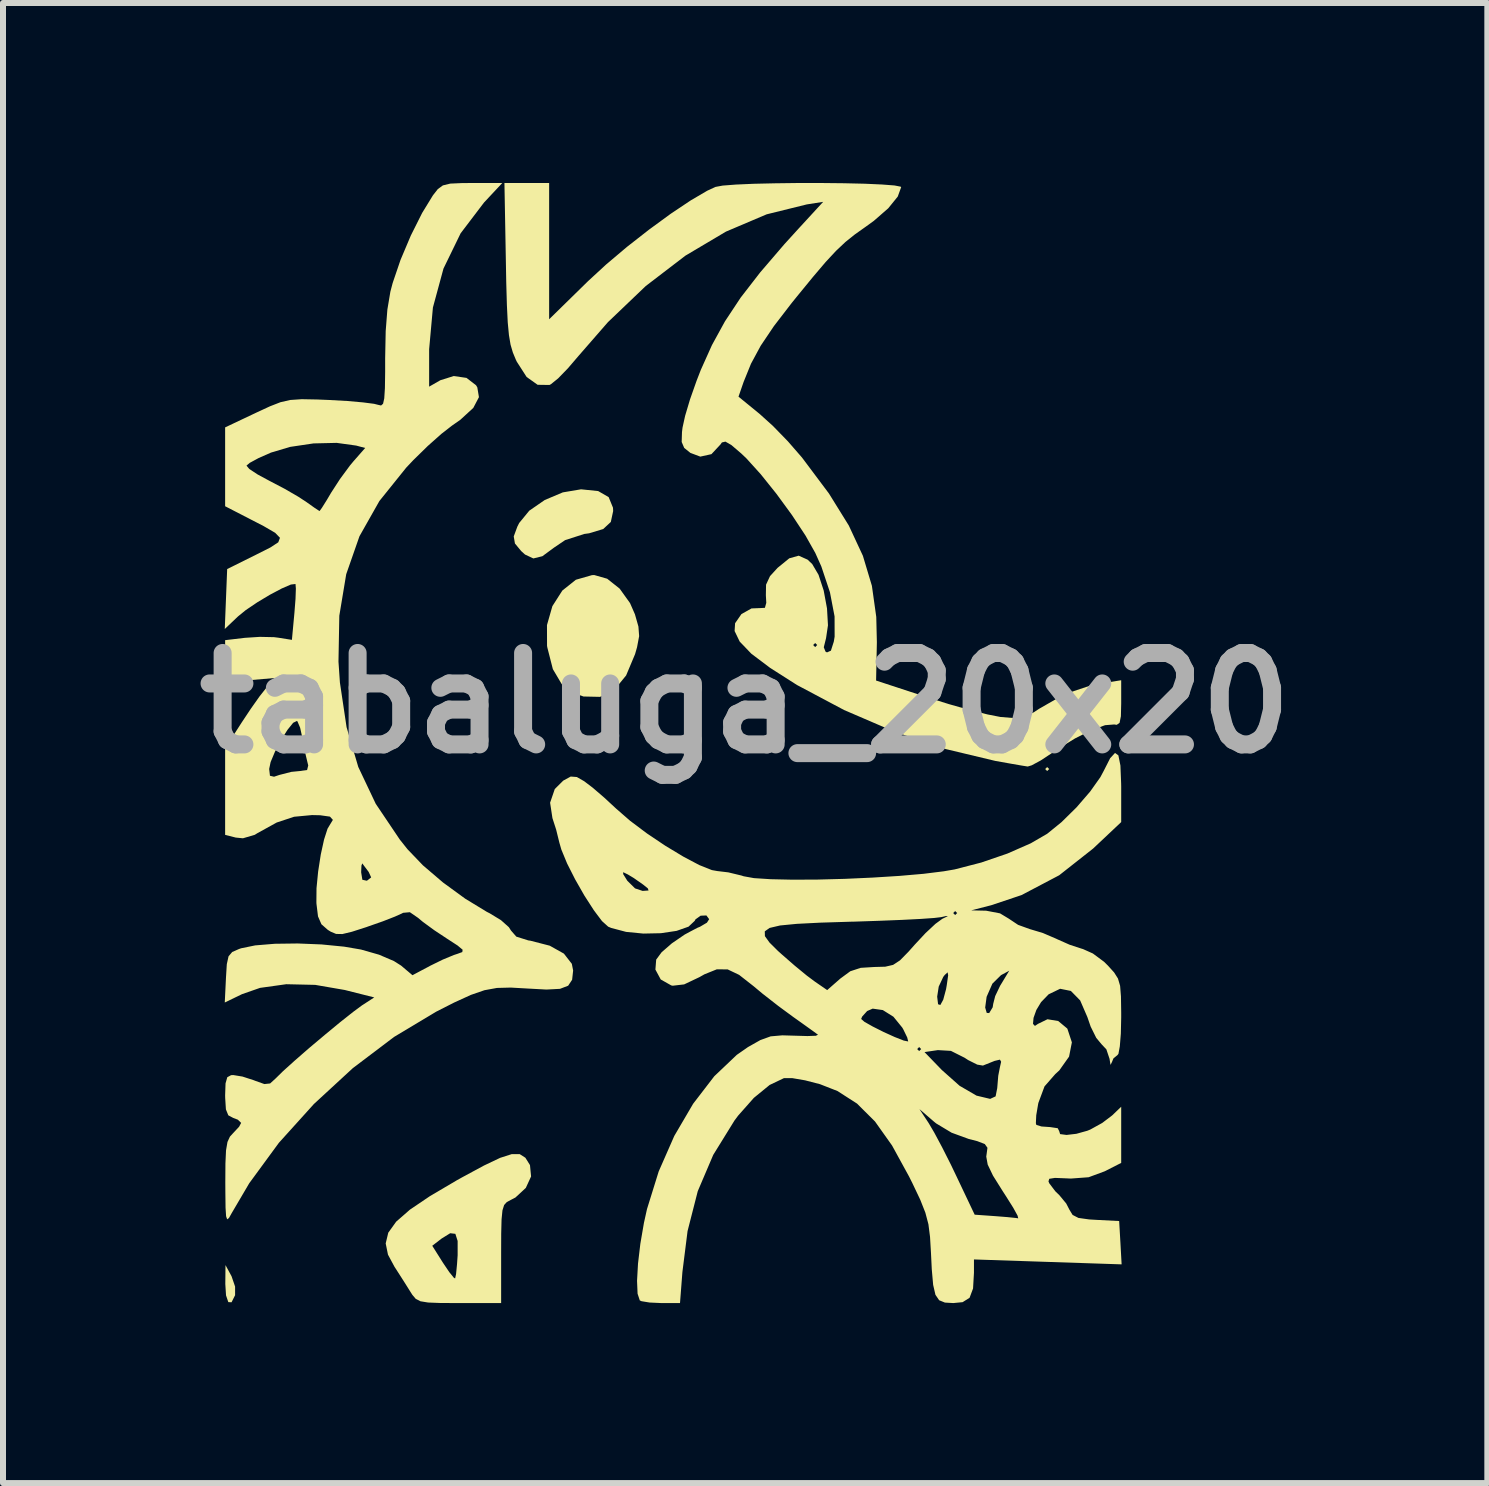
<source format=kicad_pcb>
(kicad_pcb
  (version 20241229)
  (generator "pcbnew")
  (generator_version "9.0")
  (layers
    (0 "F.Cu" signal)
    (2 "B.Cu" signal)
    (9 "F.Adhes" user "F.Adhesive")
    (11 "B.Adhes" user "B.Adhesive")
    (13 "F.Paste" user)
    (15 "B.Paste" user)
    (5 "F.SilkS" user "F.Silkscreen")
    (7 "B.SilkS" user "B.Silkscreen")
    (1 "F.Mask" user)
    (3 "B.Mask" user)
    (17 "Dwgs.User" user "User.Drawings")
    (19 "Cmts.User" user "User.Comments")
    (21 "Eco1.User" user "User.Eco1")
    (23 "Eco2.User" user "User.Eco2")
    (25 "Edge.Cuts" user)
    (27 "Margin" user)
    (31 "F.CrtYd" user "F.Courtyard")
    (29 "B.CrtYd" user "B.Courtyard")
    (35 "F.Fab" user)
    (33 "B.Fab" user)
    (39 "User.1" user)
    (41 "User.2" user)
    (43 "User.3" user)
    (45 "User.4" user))
  (footprint "tabaluga_20x20"
    (layer "F.Cu")
    (at 9.369 8.667)
    (property "Reference" "tabaluga_20x20" (at 0 0 0) (layer "F.Fab") (effects (font (size 1.524 1.524) (thickness 0.3))))
    (attr board_only exclude_from_pos_files exclude_from_bom)
    (fp_poly (pts (xy 5.067 1.1) (xy 5.033 1.133) (xy 5 1.1) (xy 5.033 1.067)) (stroke (width 0) (type solid)) (fill yes) (layer "F.SilkS"))
    (fp_poly (pts (xy -8.56 9.553) (xy -8.501 9.725) (xy -8.501 9.869) (xy -8.56 9.987) (xy -8.614 9.984) (xy -8.652 9.872) (xy -8.664 9.683) (xy -8.661 9.367)) (stroke (width 0) (type solid)) (fill yes) (layer "F.SilkS"))
    (fp_poly (pts (xy -2.45 -3.533) (xy -2.275 -3.432) (xy -2.203 -3.256) (xy -2.2 -3.2) (xy -2.239 -3.018) (xy -2.366 -2.9) (xy -2.601 -2.829) (xy -2.681 -2.818) (xy -3.001 -2.715) (xy -3.186 -2.59) (xy -3.38 -2.447) (xy -3.53 -2.41) (xy -3.669 -2.475) (xy -3.733 -2.533) (xy -3.837 -2.659) (xy -3.857 -2.777) (xy -3.797 -2.94) (xy -3.766 -3.001) (xy -3.598 -3.206) (xy -3.34 -3.384) (xy -3.039 -3.511) (xy -2.736 -3.562) (xy -2.734 -3.562)) (stroke (width 0) (type solid)) (fill yes) (layer "F.SilkS"))
    (fp_poly (pts (xy -2.3 -2.072) (xy -2.092 -1.907) (xy -1.919 -1.666) (xy -1.837 -1.479) (xy -1.779 -1.275) (xy -1.767 -1.115) (xy -1.802 -0.93) (xy -1.835 -0.815) (xy -1.984 -0.46) (xy -2.18 -0.221) (xy -2.419 -0.103) (xy -2.694 -0.109) (xy -2.846 -0.162) (xy -3.057 -0.315) (xy -3.205 -0.565) (xy -3.297 -0.925) (xy -3.302 -0.954) (xy -3.303 -1.3) (xy -3.213 -1.615) (xy -3.047 -1.875) (xy -2.821 -2.055) (xy -2.552 -2.132) (xy -2.514 -2.133)) (stroke (width 0) (type solid)) (fill yes) (layer "F.SilkS"))
    (fp_poly (pts (xy -3.757 7.518) (xy -3.663 7.578) (xy -3.591 7.693) (xy -3.586 7.703) (xy -3.568 7.89) (xy -3.656 8.081) (xy -3.829 8.241) (xy -3.904 8.28) (xy -3.972 8.316) (xy -4.017 8.366) (xy -4.045 8.455) (xy -4.06 8.606) (xy -4.066 8.842) (xy -4.067 9.177) (xy -4.067 10) (xy -4.765 10) (xy -5.077 9.999) (xy -5.284 9.991) (xy -5.412 9.97) (xy -5.49 9.93) (xy -5.546 9.864) (xy -5.576 9.817) (xy -5.689 9.637) (xy -5.821 9.431) (xy -5.844 9.396) (xy -5.953 9.193) (xy -5.983 9.045) (xy -5.215 9.045) (xy -5.036 9.329) (xy -4.93 9.486) (xy -4.855 9.578) (xy -4.834 9.59) (xy -4.818 9.516) (xy -4.802 9.35) (xy -4.792 9.204) (xy -4.792 8.965) (xy -4.83 8.846) (xy -4.916 8.836) (xy -5.058 8.924) (xy -5.215 9.045) (xy -5.983 9.045) (xy -5.991 9.006) (xy -5.948 8.827) (xy -5.816 8.643) (xy -5.587 8.443) (xy -5.254 8.218) (xy -4.806 7.954) (xy -4.716 7.904) (xy -4.353 7.708) (xy -4.084 7.58) (xy -3.891 7.518)) (stroke (width 0) (type solid)) (fill yes) (layer "F.SilkS"))
    (fp_poly (pts (xy 1.65 -8.663) (xy 1.995 -8.655) (xy 2.282 -8.642) (xy 2.489 -8.626) (xy 2.592 -8.606) (xy 2.6 -8.598) (xy 2.543 -8.441) (xy 2.385 -8.246) (xy 2.143 -8.035) (xy 2.006 -7.936) (xy 1.828 -7.81) (xy 1.671 -7.684) (xy 1.515 -7.537) (xy 1.342 -7.351) (xy 1.132 -7.104) (xy 0.865 -6.778) (xy 0.776 -6.668) (xy 0.479 -6.282) (xy 0.259 -5.955) (xy 0.097 -5.655) (xy -0.027 -5.349) (xy -0.03 -5.34) (xy -0.111 -5.106) (xy 0.244 -4.816) (xy 0.464 -4.617) (xy 0.712 -4.362) (xy 0.939 -4.101) (xy 0.962 -4.072) (xy 1.397 -3.491) (xy 1.727 -2.959) (xy 1.962 -2.454) (xy 2.112 -1.954) (xy 2.185 -1.435) (xy 2.195 -1.015) (xy 2.182 -0.375) (xy 3.041 -0.093) (xy 3.396 0.018) (xy 3.741 0.116) (xy 4.04 0.19) (xy 4.254 0.232) (xy 4.267 0.233) (xy 4.495 0.252) (xy 4.656 0.23) (xy 4.81 0.154) (xy 4.9 0.095) (xy 5.324 -0.148) (xy 5.757 -0.293) (xy 5.945 -0.329) (xy 6.267 -0.38) (xy 6.267 0.004) (xy 6.262 0.22) (xy 6.24 0.33) (xy 6.193 0.363) (xy 6.15 0.357) (xy 5.999 0.369) (xy 5.772 0.451) (xy 5.497 0.59) (xy 5.201 0.772) (xy 5.109 0.836) (xy 4.924 0.958) (xy 4.775 1.038) (xy 4.709 1.058) (xy 4.609 1.042) (xy 4.419 1.009) (xy 4.178 0.966) (xy 4.167 0.964) (xy 3.343 0.767) (xy 2.489 0.478) (xy 1.648 0.116) (xy 0.863 -0.301) (xy 0.416 -0.586) (xy 0.103 -0.822) (xy -0.036 -0.967) (xy 1.133 -0.967) (xy 1.167 -0.933) (xy 1.2 -0.967) (xy 1.167 -1) (xy 1.133 -0.967) (xy -0.036 -0.967) (xy -0.091 -1.024) (xy -0.176 -1.2) (xy -0.168 -1.33) (xy -0.062 -1.483) (xy 0.106 -1.577) (xy 0.258 -1.583) (xy 0.329 -1.587) (xy 0.352 -1.67) (xy 0.345 -1.797) (xy 0.348 -1.973) (xy 0.414 -2.115) (xy 0.54 -2.253) (xy 0.735 -2.412) (xy 0.892 -2.456) (xy 1.04 -2.39) (xy 1.117 -2.317) (xy 1.223 -2.137) (xy 1.309 -1.874) (xy 1.364 -1.577) (xy 1.38 -1.296) (xy 1.348 -1.081) (xy 1.31 -0.929) (xy 1.34 -0.856) (xy 1.364 -0.844) (xy 1.429 -0.873) (xy 1.477 -1.023) (xy 1.491 -1.106) (xy 1.49 -1.444) (xy 1.413 -1.846) (xy 1.27 -2.275) (xy 1.169 -2.501) (xy 1.005 -2.792) (xy 0.78 -3.133) (xy 0.522 -3.486) (xy 0.259 -3.814) (xy 0.02 -4.078) (xy -0.064 -4.158) (xy -0.23 -4.3) (xy -0.329 -4.357) (xy -0.388 -4.343) (xy -0.412 -4.309) (xy -0.562 -4.148) (xy -0.748 -4.107) (xy -0.913 -4.169) (xy -1.016 -4.252) (xy -1.058 -4.351) (xy -1.053 -4.516) (xy -1.044 -4.59) (xy -1.001 -4.786) (xy -0.919 -5.061) (xy -0.81 -5.37) (xy -0.739 -5.553) (xy -0.553 -5.967) (xy -0.337 -6.361) (xy -0.075 -6.757) (xy 0.251 -7.178) (xy 0.655 -7.649) (xy 0.9 -7.918) (xy 1.3 -8.353) (xy 1.026 -8.31) (xy 0.358 -8.145) (xy -0.32 -7.857) (xy -0.996 -7.456) (xy -1.657 -6.95) (xy -2.287 -6.348) (xy -2.775 -5.788) (xy -2.954 -5.579) (xy -3.117 -5.411) (xy -3.238 -5.313) (xy -3.263 -5.301) (xy -3.459 -5.304) (xy -3.642 -5.434) (xy -3.806 -5.689) (xy -3.822 -5.722) (xy -3.872 -5.843) (xy -3.91 -5.973) (xy -3.937 -6.133) (xy -3.957 -6.345) (xy -3.971 -6.631) (xy -3.982 -7.013) (xy -3.988 -7.35) (xy -4.012 -8.667) (xy -3.267 -8.667) (xy -3.267 -6.396) (xy -2.617 -7.033) (xy -2.315 -7.311) (xy -1.969 -7.603) (xy -1.602 -7.89) (xy -1.241 -8.154) (xy -0.909 -8.376) (xy -0.633 -8.538) (xy -0.494 -8.602) (xy -0.375 -8.624) (xy -0.155 -8.641) (xy 0.141 -8.654) (xy 0.493 -8.662) (xy 0.876 -8.667) (xy 1.27 -8.667)) (stroke (width 0) (type solid)) (fill yes) (layer "F.SilkS"))
    (fp_poly (pts (xy -4.352 -8.342) (xy -4.742 -7.829) (xy -5.028 -7.241) (xy -5.204 -6.592) (xy -5.267 -5.896) (xy -5.267 -5.876) (xy -5.267 -5.273) (xy -5.08 -5.38) (xy -4.857 -5.45) (xy -4.644 -5.419) (xy -4.485 -5.296) (xy -4.464 -5.261) (xy -4.437 -5.098) (xy -4.531 -4.919) (xy -4.748 -4.72) (xy -4.887 -4.623) (xy -5.063 -4.486) (xy -5.291 -4.283) (xy -5.532 -4.047) (xy -5.649 -3.923) (xy -6.096 -3.367) (xy -6.428 -2.78) (xy -6.649 -2.147) (xy -6.764 -1.455) (xy -6.778 -0.691) (xy -6.754 -0.342) (xy -6.643 0.402) (xy -6.448 1.065) (xy -6.157 1.679) (xy -5.756 2.275) (xy -5.628 2.436) (xy -5.37 2.705) (xy -5.034 2.992) (xy -4.665 3.261) (xy -4.307 3.479) (xy -4.256 3.505) (xy -4.069 3.619) (xy -3.938 3.736) (xy -3.903 3.791) (xy -3.814 3.893) (xy -3.614 3.956) (xy -3.579 3.961) (xy -3.257 4.044) (xy -3.021 4.176) (xy -2.889 4.346) (xy -2.867 4.458) (xy -2.884 4.612) (xy -2.95 4.711) (xy -3.086 4.763) (xy -3.312 4.775) (xy -3.625 4.758) (xy -3.907 4.742) (xy -4.136 4.748) (xy -4.345 4.786) (xy -4.571 4.864) (xy -4.849 4.991) (xy -5.15 5.144) (xy -5.852 5.565) (xy -6.539 6.085) (xy -7.187 6.682) (xy -7.771 7.329) (xy -8.265 8.003) (xy -8.557 8.5) (xy -8.603 8.582) (xy -8.633 8.605) (xy -8.651 8.553) (xy -8.66 8.409) (xy -8.663 8.155) (xy -8.664 7.994) (xy -8.662 7.672) (xy -8.652 7.455) (xy -8.628 7.315) (xy -8.587 7.226) (xy -8.533 7.167) (xy -8.434 7.061) (xy -8.4 6.997) (xy -8.455 6.944) (xy -8.533 6.914) (xy -8.614 6.871) (xy -8.654 6.772) (xy -8.666 6.582) (xy -8.667 6.54) (xy -8.66 6.338) (xy -8.631 6.236) (xy -8.568 6.202) (xy -8.531 6.2) (xy -8.378 6.225) (xy -8.187 6.287) (xy -8.17 6.294) (xy -8.013 6.35) (xy -7.917 6.34) (xy -7.825 6.256) (xy -7.822 6.253) (xy -7.703 6.136) (xy -7.508 5.96) (xy -7.266 5.749) (xy -7.003 5.528) (xy -6.75 5.319) (xy -6.534 5.148) (xy -6.384 5.037) (xy -6.374 5.031) (xy -6.182 4.906) (xy -6.674 4.782) (xy -7.166 4.697) (xy -7.648 4.686) (xy -8.085 4.747) (xy -8.386 4.852) (xy -8.673 4.991) (xy -8.653 4.579) (xy -8.639 4.352) (xy -8.61 4.221) (xy -8.549 4.149) (xy -8.435 4.099) (xy -8.4 4.087) (xy -8.166 4.039) (xy -7.839 4.012) (xy -7.458 4.007) (xy -7.06 4.023) (xy -6.684 4.06) (xy -6.403 4.108) (xy -6.102 4.194) (xy -5.854 4.3) (xy -5.734 4.376) (xy -5.545 4.536) (xy -5.248 4.378) (xy -5.04 4.276) (xy -4.854 4.199) (xy -4.793 4.179) (xy -4.714 4.15) (xy -4.709 4.111) (xy -4.793 4.041) (xy -4.967 3.928) (xy -5.18 3.787) (xy -5.369 3.649) (xy -5.453 3.579) (xy -5.588 3.486) (xy -5.701 3.496) (xy -5.719 3.506) (xy -5.837 3.559) (xy -6.039 3.638) (xy -6.285 3.724) (xy -6.309 3.733) (xy -6.555 3.812) (xy -6.713 3.85) (xy -6.818 3.848) (xy -6.908 3.81) (xy -6.956 3.78) (xy -7.062 3.687) (xy -7.119 3.556) (xy -7.145 3.343) (xy -7.146 3.317) (xy -7.144 3.086) (xy -7.118 2.82) (xy -6.4 2.82) (xy -6.38 2.945) (xy -6.309 2.961) (xy -6.298 2.957) (xy -6.233 2.906) (xy -6.274 2.816) (xy -6.279 2.809) (xy -6.356 2.707) (xy -6.381 2.672) (xy -6.395 2.708) (xy -6.4 2.82) (xy -7.118 2.82) (xy -7.117 2.809) (xy -7.073 2.525) (xy -7.018 2.274) (xy -6.96 2.094) (xy -6.926 2.037) (xy -6.871 1.947) (xy -6.92 1.893) (xy -7.083 1.87) (xy -7.219 1.867) (xy -7.517 1.895) (xy -7.807 1.991) (xy -8.133 2.171) (xy -8.173 2.196) (xy -8.37 2.254) (xy -8.49 2.242) (xy -8.667 2.197) (xy -8.667 1.099) (xy -7.933 1.099) (xy -7.92 1.212) (xy -7.852 1.228) (xy -7.762 1.198) (xy -7.563 1.147) (xy -7.421 1.133) (xy -7.301 1.116) (xy -7.282 1.04) (xy -7.296 0.983) (xy -7.336 0.815) (xy -7.376 0.604) (xy -7.379 0.582) (xy -7.417 0.411) (xy -7.461 0.307) (xy -7.47 0.298) (xy -7.533 0.329) (xy -7.628 0.447) (xy -7.736 0.619) (xy -7.836 0.81) (xy -7.909 0.984) (xy -7.933 1.099) (xy -8.667 1.099) (xy -8.667 0.754) (xy -8.393 0.327) (xy -8.238 0.094) (xy -8.091 -0.114) (xy -7.98 -0.254) (xy -7.976 -0.259) (xy -7.833 -0.418) (xy -8.25 -0.382) (xy -8.667 -0.346) (xy -8.667 -1.048) (xy -8.337 -1.087) (xy -8.088 -1.103) (xy -7.852 -1.098) (xy -7.781 -1.089) (xy -7.554 -1.053) (xy -7.512 -1.505) (xy -7.494 -1.736) (xy -7.488 -1.907) (xy -7.494 -1.983) (xy -7.495 -1.984) (xy -7.571 -1.975) (xy -7.724 -1.909) (xy -7.922 -1.804) (xy -8.132 -1.678) (xy -8.323 -1.549) (xy -8.453 -1.443) (xy -8.673 -1.234) (xy -8.653 -1.734) (xy -8.633 -2.233) (xy -8.148 -2.474) (xy -7.914 -2.592) (xy -7.781 -2.679) (xy -7.753 -2.754) (xy -7.833 -2.837) (xy -8.025 -2.949) (xy -8.25 -3.065) (xy -8.667 -3.28) (xy -8.667 -3.957) (xy -8.311 -3.957) (xy -8.264 -3.901) (xy -8.126 -3.81) (xy -7.926 -3.702) (xy -7.922 -3.7) (xy -7.676 -3.571) (xy -7.448 -3.439) (xy -7.312 -3.35) (xy -7.177 -3.254) (xy -7.099 -3.203) (xy -7.093 -3.2) (xy -7.055 -3.252) (xy -6.971 -3.386) (xy -6.902 -3.503) (xy -6.753 -3.733) (xy -6.588 -3.957) (xy -6.529 -4.028) (xy -6.333 -4.251) (xy -6.483 -4.291) (xy -6.808 -4.336) (xy -7.194 -4.327) (xy -7.584 -4.269) (xy -7.903 -4.174) (xy -8.109 -4.083) (xy -8.257 -4.003) (xy -8.311 -3.957) (xy -8.667 -3.957) (xy -8.667 -4.594) (xy -8.154 -4.837) (xy -7.921 -4.945) (xy -7.744 -5.014) (xy -7.581 -5.051) (xy -7.391 -5.064) (xy -7.132 -5.059) (xy -6.937 -5.051) (xy -6.633 -5.034) (xy -6.371 -5.011) (xy -6.185 -4.987) (xy -6.117 -4.97) (xy -6.068 -4.959) (xy -6.035 -4.988) (xy -6.015 -5.077) (xy -6.004 -5.248) (xy -6 -5.519) (xy -6 -5.743) (xy -5.991 -6.199) (xy -5.963 -6.558) (xy -5.913 -6.856) (xy -5.875 -7) (xy -5.744 -7.385) (xy -5.572 -7.792) (xy -5.383 -8.169) (xy -5.204 -8.461) (xy -5.122 -8.566) (xy -5.038 -8.627) (xy -4.915 -8.657) (xy -4.716 -8.666) (xy -4.553 -8.667) (xy -4.048 -8.667)) (stroke (width 0) (type solid)) (fill yes) (layer "F.SilkS"))
    (fp_poly (pts (xy 6.22 0.872) (xy 6.254 1.041) (xy 6.266 1.34) (xy 6.267 1.394) (xy 6.267 1.984) (xy 5.799 2.425) (xy 5.234 2.87) (xy 4.607 3.2) (xy 4.1 3.37) (xy 3.767 3.455) (xy 4.017 3.461) (xy 4.247 3.505) (xy 4.393 3.593) (xy 4.549 3.697) (xy 4.743 3.767) (xy 4.96 3.832) (xy 5.184 3.928) (xy 5.2 3.936) (xy 5.41 4.029) (xy 5.612 4.095) (xy 5.63 4.1) (xy 5.795 4.174) (xy 5.981 4.312) (xy 6.046 4.376) (xy 6.149 4.49) (xy 6.213 4.591) (xy 6.249 4.713) (xy 6.263 4.891) (xy 6.267 5.16) (xy 6.267 5.238) (xy 6.261 5.509) (xy 6.244 5.721) (xy 6.221 5.846) (xy 6.205 5.867) (xy 6.138 5.922) (xy 6.113 5.983) (xy 6.089 6.031) (xy 6.075 5.946) (xy 6.074 5.933) (xy 6.02 5.772) (xy 5.939 5.686) (xy 5.851 5.58) (xy 5.758 5.392) (xy 5.703 5.233) (xy 5.583 4.956) (xy 5.428 4.798) (xy 5.249 4.762) (xy 5.058 4.854) (xy 4.932 4.984) (xy 4.853 5.115) (xy 4.806 5.247) (xy 4.797 5.347) (xy 4.829 5.381) (xy 4.88 5.347) (xy 5.038 5.27) (xy 5.217 5.299) (xy 5.366 5.423) (xy 5.371 5.431) (xy 5.445 5.655) (xy 5.398 5.893) (xy 5.235 6.123) (xy 5.169 6.183) (xy 4.989 6.389) (xy 4.888 6.66) (xy 4.883 6.681) (xy 4.851 6.871) (xy 4.845 7.002) (xy 4.853 7.031) (xy 4.939 7.057) (xy 5.082 7.067) (xy 5.209 7.086) (xy 5.233 7.133) (xy 5.249 7.184) (xy 5.356 7.198) (xy 5.52 7.179) (xy 5.703 7.128) (xy 5.752 7.108) (xy 5.951 6.998) (xy 6.117 6.872) (xy 6.267 6.728) (xy 6.267 7.664) (xy 5.992 7.804) (xy 5.724 7.903) (xy 5.427 7.925) (xy 5.365 7.922) (xy 5.163 7.914) (xy 5.068 7.929) (xy 5.055 7.973) (xy 5.069 8.005) (xy 5.169 8.137) (xy 5.237 8.203) (xy 5.351 8.341) (xy 5.404 8.444) (xy 5.457 8.531) (xy 5.554 8.581) (xy 5.732 8.606) (xy 5.847 8.613) (xy 6.233 8.633) (xy 6.254 8.994) (xy 6.274 9.355) (xy 5.044 9.314) (xy 3.813 9.273) (xy 3.813 9.496) (xy 3.798 9.757) (xy 3.74 9.912) (xy 3.624 9.985) (xy 3.469 10) (xy 3.329 9.992) (xy 3.233 9.953) (xy 3.171 9.862) (xy 3.133 9.697) (xy 3.11 9.437) (xy 3.097 9.169) (xy 3.081 8.897) (xy 3.054 8.686) (xy 3.003 8.493) (xy 2.918 8.278) (xy 2.786 8) (xy 2.732 7.892) (xy 2.448 7.374) (xy 2.164 6.974) (xy 1.956 6.767) (xy 2.904 6.767) (xy 3.058 7) (xy 3.152 7.16) (xy 3.282 7.403) (xy 3.427 7.69) (xy 3.518 7.88) (xy 3.825 8.527) (xy 4.163 8.551) (xy 4.366 8.567) (xy 4.512 8.582) (xy 4.551 8.588) (xy 4.54 8.543) (xy 4.468 8.412) (xy 4.348 8.221) (xy 4.293 8.136) (xy 4.13 7.876) (xy 4.042 7.692) (xy 4.018 7.559) (xy 4.025 7.509) (xy 4.038 7.412) (xy 3.994 7.35) (xy 3.867 7.301) (xy 3.726 7.265) (xy 3.441 7.161) (xy 3.183 7.006) (xy 3.145 6.975) (xy 2.904 6.767) (xy 1.956 6.767) (xy 1.865 6.676) (xy 1.538 6.466) (xy 1.247 6.352) (xy 0.999 6.288) (xy 0.784 6.251) (xy 0.647 6.251) (xy 0.647 6.251) (xy 0.408 6.365) (xy 0.145 6.58) (xy -0.117 6.876) (xy -0.177 6.956) (xy -0.532 7.53) (xy -0.79 8.135) (xy -0.96 8.8) (xy -1.046 9.483) (xy -1.086 10) (xy -1.399 10) (xy -1.593 9.991) (xy -1.727 9.969) (xy -1.756 9.956) (xy -1.793 9.844) (xy -1.802 9.63) (xy -1.786 9.343) (xy -1.747 9.012) (xy -1.687 8.663) (xy -1.636 8.433) (xy -1.441 7.806) (xy -1.181 7.214) (xy -0.867 6.678) (xy -0.515 6.22) (xy -0.139 5.863) (xy -0.073 5.817) (xy 2.989 5.817) (xy 3.278 6.116) (xy 3.574 6.379) (xy 3.856 6.543) (xy 4.083 6.597) (xy 4.174 6.555) (xy 4.201 6.417) (xy 4.218 6.211) (xy 4.245 6.072) (xy 4.266 5.978) (xy 4.246 5.943) (xy 4.157 5.964) (xy 3.972 6.038) (xy 3.963 6.042) (xy 3.868 6.026) (xy 3.716 5.95) (xy 3.658 5.912) (xy 3.429 5.797) (xy 3.209 5.784) (xy 3.206 5.785) (xy 2.989 5.817) (xy -0.073 5.817) (xy -0.001 5.767) (xy 2.867 5.767) (xy 2.9 5.8) (xy 2.933 5.767) (xy 2.9 5.733) (xy 2.867 5.767) (xy -0.001 5.767) (xy 0.046 5.734) (xy 0.255 5.616) (xy 0.425 5.555) (xy 0.619 5.538) (xy 0.827 5.544) (xy 1.038 5.55) (xy 1.178 5.545) (xy 1.214 5.528) (xy 1.214 5.528) (xy 1.139 5.473) (xy 0.987 5.364) (xy 0.848 5.265) (xy 1.933 5.265) (xy 1.988 5.313) (xy 2.126 5.391) (xy 2.307 5.482) (xy 2.492 5.566) (xy 2.642 5.625) (xy 2.716 5.64) (xy 2.717 5.639) (xy 2.701 5.574) (xy 2.636 5.44) (xy 2.619 5.41) (xy 2.471 5.228) (xy 2.294 5.117) (xy 2.125 5.093) (xy 2.033 5.133) (xy 1.95 5.225) (xy 1.933 5.265) (xy 0.848 5.265) (xy 0.8 5.231) (xy 0.588 5.075) (xy 4 5.075) (xy 4.026 5.164) (xy 4.067 5.167) (xy 4.125 5.071) (xy 4.134 5.013) (xy 4.167 4.884) (xy 4.249 4.712) (xy 4.268 4.681) (xy 4.401 4.461) (xy 4.264 4.535) (xy 4.12 4.677) (xy 4.024 4.896) (xy 4 5.075) (xy 0.588 5.075) (xy 0.549 5.046) (xy 0.353 4.893) (xy 3.2 4.893) (xy 3.215 5.02) (xy 3.253 5.032) (xy 3.301 4.944) (xy 3.348 4.769) (xy 3.36 4.7) (xy 3.383 4.537) (xy 3.374 4.488) (xy 3.325 4.533) (xy 3.302 4.563) (xy 3.226 4.725) (xy 3.2 4.893) (xy 0.353 4.893) (xy 0.29 4.844) (xy 0.139 4.718) (xy -0.101 4.53) (xy -0.292 4.439) (xy -0.473 4.438) (xy -0.679 4.521) (xy -0.762 4.568) (xy -1.017 4.689) (xy -1.207 4.711) (xy -1.232 4.706) (xy -1.407 4.607) (xy -1.496 4.442) (xy -1.483 4.276) (xy -1.393 4.154) (xy -1.222 4.005) (xy -1.009 3.859) (xy -0.909 3.805) (xy 0.327 3.805) (xy 0.329 3.885) (xy 0.406 3.992) (xy 0.546 4.131) (xy 0.614 4.192) (xy 0.824 4.375) (xy 1.027 4.542) (xy 1.161 4.642) (xy 1.367 4.784) (xy 1.586 4.592) (xy 1.752 4.47) (xy 1.926 4.413) (xy 2.152 4.399) (xy 2.335 4.394) (xy 2.465 4.364) (xy 2.581 4.288) (xy 2.722 4.144) (xy 2.826 4.027) (xy 3.005 3.835) (xy 3.171 3.68) (xy 3.287 3.595) (xy 3.292 3.593) (xy 3.379 3.551) (xy 3.347 3.55) (xy 3.267 3.568) (xy 3.15 3.582) (xy 2.924 3.598) (xy 2.611 3.614) (xy 2.235 3.629) (xy 1.82 3.643) (xy 1.767 3.644) (xy 1.252 3.66) (xy 0.86 3.68) (xy 0.582 3.707) (xy 0.407 3.748) (xy 0.327 3.805) (xy -0.909 3.805) (xy -0.796 3.746) (xy -0.754 3.729) (xy -0.637 3.66) (xy -0.6 3.602) (xy -0.646 3.54) (xy -0.742 3.544) (xy -0.828 3.605) (xy -0.841 3.63) (xy -0.944 3.727) (xy -1.143 3.797) (xy -1.405 3.836) (xy -1.697 3.842) (xy -1.984 3.814) (xy -2.233 3.748) (xy -2.283 3.727) (xy -2.386 3.634) (xy -2.487 3.5) (xy 3.467 3.5) (xy 3.5 3.533) (xy 3.533 3.5) (xy 3.5 3.467) (xy 3.467 3.5) (xy -2.487 3.5) (xy -2.524 3.45) (xy -2.68 3.208) (xy -2.834 2.938) (xy -2.878 2.851) (xy -2.033 2.851) (xy -1.964 2.962) (xy -1.835 3.089) (xy -1.709 3.131) (xy -1.61 3.124) (xy -1.622 3.089) (xy -1.7 3.026) (xy -1.857 2.916) (xy -1.955 2.857) (xy -2.033 2.819) (xy -2.033 2.851) (xy -2.878 2.851) (xy -2.968 2.673) (xy -3.063 2.443) (xy -3.096 2.329) (xy -3.15 2.11) (xy -3.212 1.918) (xy -3.251 1.661) (xy -3.173 1.433) (xy -3.032 1.293) (xy -2.907 1.225) (xy -2.805 1.233) (xy -2.683 1.303) (xy -2.542 1.41) (xy -2.349 1.576) (xy -2.149 1.761) (xy -1.918 1.962) (xy -1.637 2.173) (xy -1.333 2.377) (xy -1.033 2.558) (xy -0.765 2.7) (xy -0.555 2.784) (xy -0.465 2.8) (xy -0.281 2.822) (xy -0.061 2.875) (xy -0.025 2.887) (xy 0.147 2.918) (xy 0.426 2.936) (xy 0.788 2.944) (xy 1.209 2.942) (xy 1.662 2.93) (xy 2.124 2.909) (xy 2.569 2.881) (xy 2.973 2.846) (xy 3.31 2.804) (xy 3.49 2.773) (xy 3.935 2.658) (xy 4.372 2.508) (xy 4.759 2.338) (xy 5.033 2.179) (xy 5.272 1.985) (xy 5.522 1.739) (xy 5.749 1.476) (xy 5.92 1.235) (xy 5.976 1.13) (xy 6.083 0.919) (xy 6.164 0.832)) (stroke (width 0) (type solid)) (fill yes) (layer "F.SilkS")))
  (gr_rect
    (start -3 -3)
    (end 21.738 21.667)
    (stroke (width 0.1) (type default))
    (fill no)
    (layer "Edge.Cuts")))
</source>
